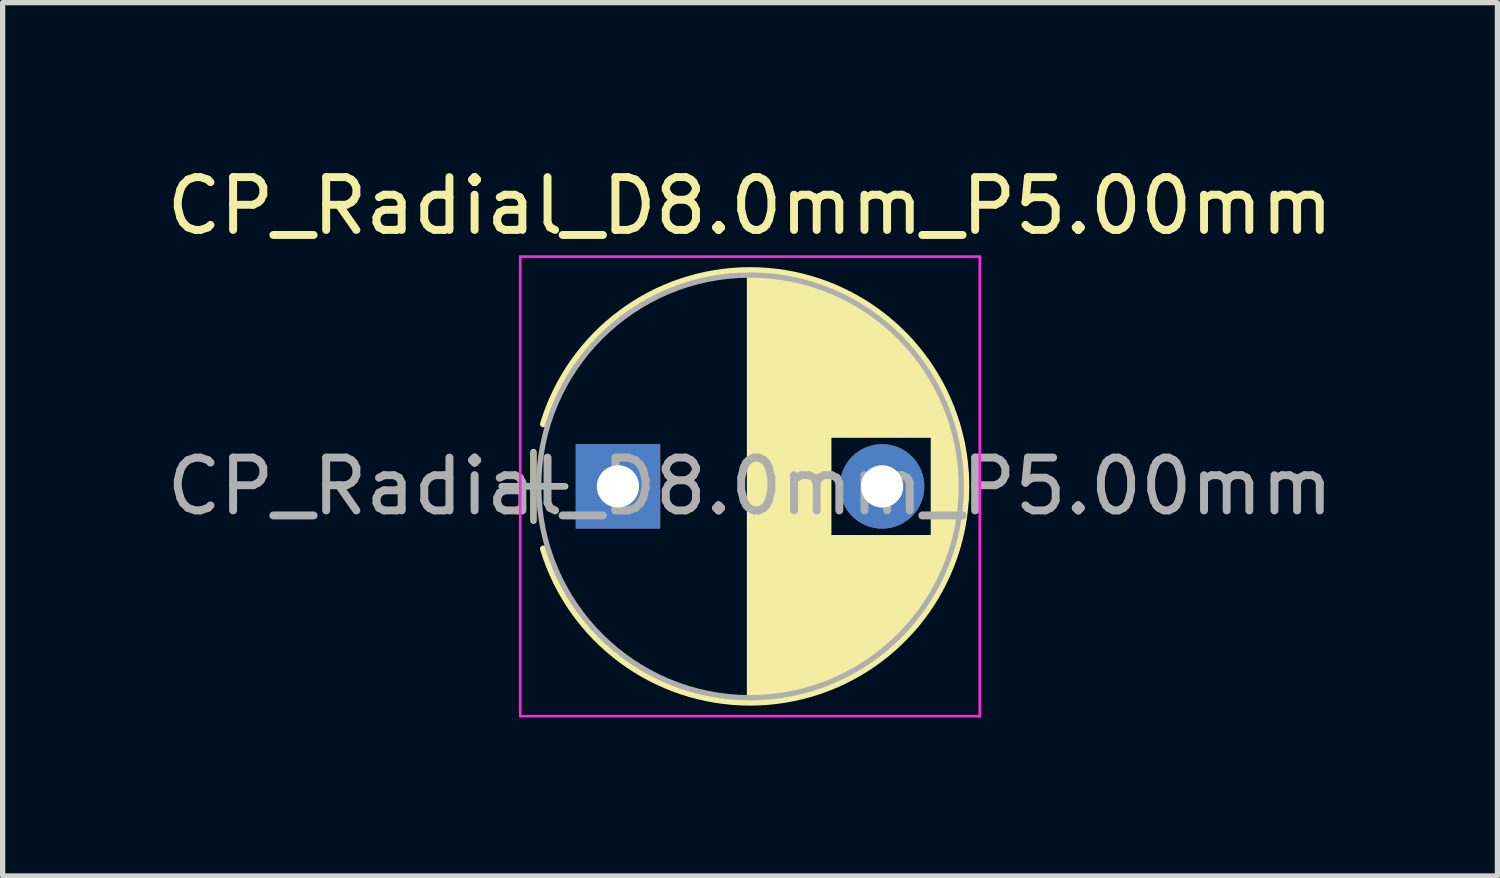
<source format=kicad_pcb>
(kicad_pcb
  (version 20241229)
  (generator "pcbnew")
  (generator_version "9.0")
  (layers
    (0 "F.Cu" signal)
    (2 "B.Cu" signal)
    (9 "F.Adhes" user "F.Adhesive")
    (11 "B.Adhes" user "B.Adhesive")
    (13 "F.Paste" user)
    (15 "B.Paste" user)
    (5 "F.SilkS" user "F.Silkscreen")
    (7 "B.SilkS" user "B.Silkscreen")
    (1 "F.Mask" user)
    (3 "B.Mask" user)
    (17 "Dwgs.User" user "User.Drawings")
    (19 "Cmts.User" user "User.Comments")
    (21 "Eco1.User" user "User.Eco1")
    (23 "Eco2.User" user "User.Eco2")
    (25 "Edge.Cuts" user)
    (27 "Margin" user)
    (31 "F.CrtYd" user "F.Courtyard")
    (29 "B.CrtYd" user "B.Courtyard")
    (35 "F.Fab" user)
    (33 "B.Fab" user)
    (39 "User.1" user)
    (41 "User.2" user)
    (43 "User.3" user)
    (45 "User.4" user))
  (footprint "CP_Radial_D8.0mm_P5.00mm"
    (layer "F.Cu")
    (at 8.649 6.158)
    (property "Reference" "CP_Radial_D8.0mm_P5.00mm" (at 2.5 -5.31 0) (layer "F.SilkS") (effects (font (size 1 1) (thickness 0.15))))
    (attr through_hole)
    (fp_line (start -2.2 0) (end -1 0) (stroke (width 0.12) (type solid)) (layer "F.SilkS"))
    (fp_line (start -1.6 -0.65) (end -1.6 0.65) (stroke (width 0.12) (type solid)) (layer "F.SilkS"))
    (fp_line (start 2.5 -4.05) (end 2.5 4.05) (stroke (width 0.12) (type solid)) (layer "F.SilkS"))
    (fp_line (start 2.54 -4.05) (end 2.54 4.05) (stroke (width 0.12) (type solid)) (layer "F.SilkS"))
    (fp_line (start 2.58 -4.05) (end 2.58 4.05) (stroke (width 0.12) (type solid)) (layer "F.SilkS"))
    (fp_line (start 2.62 -4.049) (end 2.62 4.049) (stroke (width 0.12) (type solid)) (layer "F.SilkS"))
    (fp_line (start 2.66 -4.047) (end 2.66 4.047) (stroke (width 0.12) (type solid)) (layer "F.SilkS"))
    (fp_line (start 2.7 -4.046) (end 2.7 4.046) (stroke (width 0.12) (type solid)) (layer "F.SilkS"))
    (fp_line (start 2.74 -4.043) (end 2.74 4.043) (stroke (width 0.12) (type solid)) (layer "F.SilkS"))
    (fp_line (start 2.78 -4.041) (end 2.78 4.041) (stroke (width 0.12) (type solid)) (layer "F.SilkS"))
    (fp_line (start 2.82 -4.038) (end 2.82 4.038) (stroke (width 0.12) (type solid)) (layer "F.SilkS"))
    (fp_line (start 2.86 -4.035) (end 2.86 4.035) (stroke (width 0.12) (type solid)) (layer "F.SilkS"))
    (fp_line (start 2.9 -4.031) (end 2.9 4.031) (stroke (width 0.12) (type solid)) (layer "F.SilkS"))
    (fp_line (start 2.94 -4.027) (end 2.94 4.027) (stroke (width 0.12) (type solid)) (layer "F.SilkS"))
    (fp_line (start 2.98 -4.022) (end 2.98 4.022) (stroke (width 0.12) (type solid)) (layer "F.SilkS"))
    (fp_line (start 3.02 -4.017) (end 3.02 4.017) (stroke (width 0.12) (type solid)) (layer "F.SilkS"))
    (fp_line (start 3.06 -4.012) (end 3.06 4.012) (stroke (width 0.12) (type solid)) (layer "F.SilkS"))
    (fp_line (start 3.1 -4.006) (end 3.1 4.006) (stroke (width 0.12) (type solid)) (layer "F.SilkS"))
    (fp_line (start 3.14 -4) (end 3.14 4) (stroke (width 0.12) (type solid)) (layer "F.SilkS"))
    (fp_line (start 3.18 -3.994) (end 3.18 3.994) (stroke (width 0.12) (type solid)) (layer "F.SilkS"))
    (fp_line (start 3.221 -3.987) (end 3.221 3.987) (stroke (width 0.12) (type solid)) (layer "F.SilkS"))
    (fp_line (start 3.261 -3.979) (end 3.261 3.979) (stroke (width 0.12) (type solid)) (layer "F.SilkS"))
    (fp_line (start 3.301 -3.971) (end 3.301 3.971) (stroke (width 0.12) (type solid)) (layer "F.SilkS"))
    (fp_line (start 3.341 -3.963) (end 3.341 3.963) (stroke (width 0.12) (type solid)) (layer "F.SilkS"))
    (fp_line (start 3.381 -3.955) (end 3.381 3.955) (stroke (width 0.12) (type solid)) (layer "F.SilkS"))
    (fp_line (start 3.421 -3.946) (end 3.421 3.946) (stroke (width 0.12) (type solid)) (layer "F.SilkS"))
    (fp_line (start 3.461 -3.936) (end 3.461 3.936) (stroke (width 0.12) (type solid)) (layer "F.SilkS"))
    (fp_line (start 3.501 -3.926) (end 3.501 3.926) (stroke (width 0.12) (type solid)) (layer "F.SilkS"))
    (fp_line (start 3.541 -3.916) (end 3.541 3.916) (stroke (width 0.12) (type solid)) (layer "F.SilkS"))
    (fp_line (start 3.581 -3.905) (end 3.581 3.905) (stroke (width 0.12) (type solid)) (layer "F.SilkS"))
    (fp_line (start 3.621 -3.894) (end 3.621 3.894) (stroke (width 0.12) (type solid)) (layer "F.SilkS"))
    (fp_line (start 3.661 -3.883) (end 3.661 3.883) (stroke (width 0.12) (type solid)) (layer "F.SilkS"))
    (fp_line (start 3.701 -3.87) (end 3.701 3.87) (stroke (width 0.12) (type solid)) (layer "F.SilkS"))
    (fp_line (start 3.741 -3.858) (end 3.741 3.858) (stroke (width 0.12) (type solid)) (layer "F.SilkS"))
    (fp_line (start 3.781 -3.845) (end 3.781 3.845) (stroke (width 0.12) (type solid)) (layer "F.SilkS"))
    (fp_line (start 3.821 -3.832) (end 3.821 3.832) (stroke (width 0.12) (type solid)) (layer "F.SilkS"))
    (fp_line (start 3.861 -3.818) (end 3.861 3.818) (stroke (width 0.12) (type solid)) (layer "F.SilkS"))
    (fp_line (start 3.901 -3.803) (end 3.901 3.803) (stroke (width 0.12) (type solid)) (layer "F.SilkS"))
    (fp_line (start 3.941 -3.789) (end 3.941 3.789) (stroke (width 0.12) (type solid)) (layer "F.SilkS"))
    (fp_line (start 3.981 -3.773) (end 3.981 3.773) (stroke (width 0.12) (type solid)) (layer "F.SilkS"))
    (fp_line (start 4.021 -3.758) (end 4.021 -0.98) (stroke (width 0.12) (type solid)) (layer "F.SilkS"))
    (fp_line (start 4.021 0.98) (end 4.021 3.758) (stroke (width 0.12) (type solid)) (layer "F.SilkS"))
    (fp_line (start 4.061 -3.741) (end 4.061 -0.98) (stroke (width 0.12) (type solid)) (layer "F.SilkS"))
    (fp_line (start 4.061 0.98) (end 4.061 3.741) (stroke (width 0.12) (type solid)) (layer "F.SilkS"))
    (fp_line (start 4.101 -3.725) (end 4.101 -0.98) (stroke (width 0.12) (type solid)) (layer "F.SilkS"))
    (fp_line (start 4.101 0.98) (end 4.101 3.725) (stroke (width 0.12) (type solid)) (layer "F.SilkS"))
    (fp_line (start 4.141 -3.707) (end 4.141 -0.98) (stroke (width 0.12) (type solid)) (layer "F.SilkS"))
    (fp_line (start 4.141 0.98) (end 4.141 3.707) (stroke (width 0.12) (type solid)) (layer "F.SilkS"))
    (fp_line (start 4.181 -3.69) (end 4.181 -0.98) (stroke (width 0.12) (type solid)) (layer "F.SilkS"))
    (fp_line (start 4.181 0.98) (end 4.181 3.69) (stroke (width 0.12) (type solid)) (layer "F.SilkS"))
    (fp_line (start 4.221 -3.671) (end 4.221 -0.98) (stroke (width 0.12) (type solid)) (layer "F.SilkS"))
    (fp_line (start 4.221 0.98) (end 4.221 3.671) (stroke (width 0.12) (type solid)) (layer "F.SilkS"))
    (fp_line (start 4.261 -3.652) (end 4.261 -0.98) (stroke (width 0.12) (type solid)) (layer "F.SilkS"))
    (fp_line (start 4.261 0.98) (end 4.261 3.652) (stroke (width 0.12) (type solid)) (layer "F.SilkS"))
    (fp_line (start 4.301 -3.633) (end 4.301 -0.98) (stroke (width 0.12) (type solid)) (layer "F.SilkS"))
    (fp_line (start 4.301 0.98) (end 4.301 3.633) (stroke (width 0.12) (type solid)) (layer "F.SilkS"))
    (fp_line (start 4.341 -3.613) (end 4.341 -0.98) (stroke (width 0.12) (type solid)) (layer "F.SilkS"))
    (fp_line (start 4.341 0.98) (end 4.341 3.613) (stroke (width 0.12) (type solid)) (layer "F.SilkS"))
    (fp_line (start 4.381 -3.593) (end 4.381 -0.98) (stroke (width 0.12) (type solid)) (layer "F.SilkS"))
    (fp_line (start 4.381 0.98) (end 4.381 3.593) (stroke (width 0.12) (type solid)) (layer "F.SilkS"))
    (fp_line (start 4.421 -3.572) (end 4.421 -0.98) (stroke (width 0.12) (type solid)) (layer "F.SilkS"))
    (fp_line (start 4.421 0.98) (end 4.421 3.572) (stroke (width 0.12) (type solid)) (layer "F.SilkS"))
    (fp_line (start 4.461 -3.55) (end 4.461 -0.98) (stroke (width 0.12) (type solid)) (layer "F.SilkS"))
    (fp_line (start 4.461 0.98) (end 4.461 3.55) (stroke (width 0.12) (type solid)) (layer "F.SilkS"))
    (fp_line (start 4.501 -3.528) (end 4.501 -0.98) (stroke (width 0.12) (type solid)) (layer "F.SilkS"))
    (fp_line (start 4.501 0.98) (end 4.501 3.528) (stroke (width 0.12) (type solid)) (layer "F.SilkS"))
    (fp_line (start 4.541 -3.505) (end 4.541 -0.98) (stroke (width 0.12) (type solid)) (layer "F.SilkS"))
    (fp_line (start 4.541 0.98) (end 4.541 3.505) (stroke (width 0.12) (type solid)) (layer "F.SilkS"))
    (fp_line (start 4.581 -3.482) (end 4.581 -0.98) (stroke (width 0.12) (type solid)) (layer "F.SilkS"))
    (fp_line (start 4.581 0.98) (end 4.581 3.482) (stroke (width 0.12) (type solid)) (layer "F.SilkS"))
    (fp_line (start 4.621 -3.458) (end 4.621 -0.98) (stroke (width 0.12) (type solid)) (layer "F.SilkS"))
    (fp_line (start 4.621 0.98) (end 4.621 3.458) (stroke (width 0.12) (type solid)) (layer "F.SilkS"))
    (fp_line (start 4.661 -3.434) (end 4.661 -0.98) (stroke (width 0.12) (type solid)) (layer "F.SilkS"))
    (fp_line (start 4.661 0.98) (end 4.661 3.434) (stroke (width 0.12) (type solid)) (layer "F.SilkS"))
    (fp_line (start 4.701 -3.408) (end 4.701 -0.98) (stroke (width 0.12) (type solid)) (layer "F.SilkS"))
    (fp_line (start 4.701 0.98) (end 4.701 3.408) (stroke (width 0.12) (type solid)) (layer "F.SilkS"))
    (fp_line (start 4.741 -3.383) (end 4.741 -0.98) (stroke (width 0.12) (type solid)) (layer "F.SilkS"))
    (fp_line (start 4.741 0.98) (end 4.741 3.383) (stroke (width 0.12) (type solid)) (layer "F.SilkS"))
    (fp_line (start 4.781 -3.356) (end 4.781 -0.98) (stroke (width 0.12) (type solid)) (layer "F.SilkS"))
    (fp_line (start 4.781 0.98) (end 4.781 3.356) (stroke (width 0.12) (type solid)) (layer "F.SilkS"))
    (fp_line (start 4.821 -3.329) (end 4.821 -0.98) (stroke (width 0.12) (type solid)) (layer "F.SilkS"))
    (fp_line (start 4.821 0.98) (end 4.821 3.329) (stroke (width 0.12) (type solid)) (layer "F.SilkS"))
    (fp_line (start 4.861 -3.301) (end 4.861 -0.98) (stroke (width 0.12) (type solid)) (layer "F.SilkS"))
    (fp_line (start 4.861 0.98) (end 4.861 3.301) (stroke (width 0.12) (type solid)) (layer "F.SilkS"))
    (fp_line (start 4.901 -3.272) (end 4.901 -0.98) (stroke (width 0.12) (type solid)) (layer "F.SilkS"))
    (fp_line (start 4.901 0.98) (end 4.901 3.272) (stroke (width 0.12) (type solid)) (layer "F.SilkS"))
    (fp_line (start 4.941 -3.243) (end 4.941 -0.98) (stroke (width 0.12) (type solid)) (layer "F.SilkS"))
    (fp_line (start 4.941 0.98) (end 4.941 3.243) (stroke (width 0.12) (type solid)) (layer "F.SilkS"))
    (fp_line (start 4.981 -3.213) (end 4.981 -0.98) (stroke (width 0.12) (type solid)) (layer "F.SilkS"))
    (fp_line (start 4.981 0.98) (end 4.981 3.213) (stroke (width 0.12) (type solid)) (layer "F.SilkS"))
    (fp_line (start 5.021 -3.182) (end 5.021 -0.98) (stroke (width 0.12) (type solid)) (layer "F.SilkS"))
    (fp_line (start 5.021 0.98) (end 5.021 3.182) (stroke (width 0.12) (type solid)) (layer "F.SilkS"))
    (fp_line (start 5.061 -3.15) (end 5.061 -0.98) (stroke (width 0.12) (type solid)) (layer "F.SilkS"))
    (fp_line (start 5.061 0.98) (end 5.061 3.15) (stroke (width 0.12) (type solid)) (layer "F.SilkS"))
    (fp_line (start 5.101 -3.118) (end 5.101 -0.98) (stroke (width 0.12) (type solid)) (layer "F.SilkS"))
    (fp_line (start 5.101 0.98) (end 5.101 3.118) (stroke (width 0.12) (type solid)) (layer "F.SilkS"))
    (fp_line (start 5.141 -3.084) (end 5.141 -0.98) (stroke (width 0.12) (type solid)) (layer "F.SilkS"))
    (fp_line (start 5.141 0.98) (end 5.141 3.084) (stroke (width 0.12) (type solid)) (layer "F.SilkS"))
    (fp_line (start 5.181 -3.05) (end 5.181 -0.98) (stroke (width 0.12) (type solid)) (layer "F.SilkS"))
    (fp_line (start 5.181 0.98) (end 5.181 3.05) (stroke (width 0.12) (type solid)) (layer "F.SilkS"))
    (fp_line (start 5.221 -3.015) (end 5.221 -0.98) (stroke (width 0.12) (type solid)) (layer "F.SilkS"))
    (fp_line (start 5.221 0.98) (end 5.221 3.015) (stroke (width 0.12) (type solid)) (layer "F.SilkS"))
    (fp_line (start 5.261 -2.979) (end 5.261 -0.98) (stroke (width 0.12) (type solid)) (layer "F.SilkS"))
    (fp_line (start 5.261 0.98) (end 5.261 2.979) (stroke (width 0.12) (type solid)) (layer "F.SilkS"))
    (fp_line (start 5.301 -2.942) (end 5.301 -0.98) (stroke (width 0.12) (type solid)) (layer "F.SilkS"))
    (fp_line (start 5.301 0.98) (end 5.301 2.942) (stroke (width 0.12) (type solid)) (layer "F.SilkS"))
    (fp_line (start 5.341 -2.904) (end 5.341 -0.98) (stroke (width 0.12) (type solid)) (layer "F.SilkS"))
    (fp_line (start 5.341 0.98) (end 5.341 2.904) (stroke (width 0.12) (type solid)) (layer "F.SilkS"))
    (fp_line (start 5.381 -2.865) (end 5.381 -0.98) (stroke (width 0.12) (type solid)) (layer "F.SilkS"))
    (fp_line (start 5.381 0.98) (end 5.381 2.865) (stroke (width 0.12) (type solid)) (layer "F.SilkS"))
    (fp_line (start 5.421 -2.824) (end 5.421 -0.98) (stroke (width 0.12) (type solid)) (layer "F.SilkS"))
    (fp_line (start 5.421 0.98) (end 5.421 2.824) (stroke (width 0.12) (type solid)) (layer "F.SilkS"))
    (fp_line (start 5.461 -2.783) (end 5.461 -0.98) (stroke (width 0.12) (type solid)) (layer "F.SilkS"))
    (fp_line (start 5.461 0.98) (end 5.461 2.783) (stroke (width 0.12) (type solid)) (layer "F.SilkS"))
    (fp_line (start 5.501 -2.74) (end 5.501 -0.98) (stroke (width 0.12) (type solid)) (layer "F.SilkS"))
    (fp_line (start 5.501 0.98) (end 5.501 2.74) (stroke (width 0.12) (type solid)) (layer "F.SilkS"))
    (fp_line (start 5.541 -2.697) (end 5.541 -0.98) (stroke (width 0.12) (type solid)) (layer "F.SilkS"))
    (fp_line (start 5.541 0.98) (end 5.541 2.697) (stroke (width 0.12) (type solid)) (layer "F.SilkS"))
    (fp_line (start 5.581 -2.652) (end 5.581 -0.98) (stroke (width 0.12) (type solid)) (layer "F.SilkS"))
    (fp_line (start 5.581 0.98) (end 5.581 2.652) (stroke (width 0.12) (type solid)) (layer "F.SilkS"))
    (fp_line (start 5.621 -2.605) (end 5.621 -0.98) (stroke (width 0.12) (type solid)) (layer "F.SilkS"))
    (fp_line (start 5.621 0.98) (end 5.621 2.605) (stroke (width 0.12) (type solid)) (layer "F.SilkS"))
    (fp_line (start 5.661 -2.557) (end 5.661 -0.98) (stroke (width 0.12) (type solid)) (layer "F.SilkS"))
    (fp_line (start 5.661 0.98) (end 5.661 2.557) (stroke (width 0.12) (type solid)) (layer "F.SilkS"))
    (fp_line (start 5.701 -2.508) (end 5.701 -0.98) (stroke (width 0.12) (type solid)) (layer "F.SilkS"))
    (fp_line (start 5.701 0.98) (end 5.701 2.508) (stroke (width 0.12) (type solid)) (layer "F.SilkS"))
    (fp_line (start 5.741 -2.457) (end 5.741 -0.98) (stroke (width 0.12) (type solid)) (layer "F.SilkS"))
    (fp_line (start 5.741 0.98) (end 5.741 2.457) (stroke (width 0.12) (type solid)) (layer "F.SilkS"))
    (fp_line (start 5.781 -2.404) (end 5.781 -0.98) (stroke (width 0.12) (type solid)) (layer "F.SilkS"))
    (fp_line (start 5.781 0.98) (end 5.781 2.404) (stroke (width 0.12) (type solid)) (layer "F.SilkS"))
    (fp_line (start 5.821 -2.349) (end 5.821 -0.98) (stroke (width 0.12) (type solid)) (layer "F.SilkS"))
    (fp_line (start 5.821 0.98) (end 5.821 2.349) (stroke (width 0.12) (type solid)) (layer "F.SilkS"))
    (fp_line (start 5.861 -2.293) (end 5.861 -0.98) (stroke (width 0.12) (type solid)) (layer "F.SilkS"))
    (fp_line (start 5.861 0.98) (end 5.861 2.293) (stroke (width 0.12) (type solid)) (layer "F.SilkS"))
    (fp_line (start 5.901 -2.234) (end 5.901 -0.98) (stroke (width 0.12) (type solid)) (layer "F.SilkS"))
    (fp_line (start 5.901 0.98) (end 5.901 2.234) (stroke (width 0.12) (type solid)) (layer "F.SilkS"))
    (fp_line (start 5.941 -2.173) (end 5.941 -0.98) (stroke (width 0.12) (type solid)) (layer "F.SilkS"))
    (fp_line (start 5.941 0.98) (end 5.941 2.173) (stroke (width 0.12) (type solid)) (layer "F.SilkS"))
    (fp_line (start 5.981 -2.109) (end 5.981 2.109) (stroke (width 0.12) (type solid)) (layer "F.SilkS"))
    (fp_line (start 6.021 -2.043) (end 6.021 2.043) (stroke (width 0.12) (type solid)) (layer "F.SilkS"))
    (fp_line (start 6.061 -1.974) (end 6.061 1.974) (stroke (width 0.12) (type solid)) (layer "F.SilkS"))
    (fp_line (start 6.101 -1.902) (end 6.101 1.902) (stroke (width 0.12) (type solid)) (layer "F.SilkS"))
    (fp_line (start 6.141 -1.826) (end 6.141 1.826) (stroke (width 0.12) (type solid)) (layer "F.SilkS"))
    (fp_line (start 6.181 -1.745) (end 6.181 1.745) (stroke (width 0.12) (type solid)) (layer "F.SilkS"))
    (fp_line (start 6.221 -1.66) (end 6.221 1.66) (stroke (width 0.12) (type solid)) (layer "F.SilkS"))
    (fp_line (start 6.261 -1.57) (end 6.261 1.57) (stroke (width 0.12) (type solid)) (layer "F.SilkS"))
    (fp_line (start 6.301 -1.473) (end 6.301 1.473) (stroke (width 0.12) (type solid)) (layer "F.SilkS"))
    (fp_line (start 6.341 -1.369) (end 6.341 1.369) (stroke (width 0.12) (type solid)) (layer "F.SilkS"))
    (fp_line (start 6.381 -1.254) (end 6.381 1.254) (stroke (width 0.12) (type solid)) (layer "F.SilkS"))
    (fp_line (start 6.421 -1.127) (end 6.421 1.127) (stroke (width 0.12) (type solid)) (layer "F.SilkS"))
    (fp_line (start 6.461 -0.983) (end 6.461 0.983) (stroke (width 0.12) (type solid)) (layer "F.SilkS"))
    (fp_line (start 6.501 -0.814) (end 6.501 0.814) (stroke (width 0.12) (type solid)) (layer "F.SilkS"))
    (fp_line (start 6.541 -0.598) (end 6.541 0.598) (stroke (width 0.12) (type solid)) (layer "F.SilkS"))
    (fp_line (start 6.581 -0.246) (end 6.581 0.246) (stroke (width 0.12) (type solid)) (layer "F.SilkS"))
    (fp_arc (start -1.416082 -1.18) (mid 2.501334 -4.09) (end 6.416851 -1.177445) (stroke (width 0.12) (type solid)) (layer "F.SilkS"))
    (fp_arc (start 6.416082 -1.18) (mid 6.59 -0.001334) (end 6.416851 1.177445) (stroke (width 0.12) (type solid)) (layer "F.SilkS"))
    (fp_arc (start 6.416851 1.177445) (mid 2.501334 4.09) (end -1.416082 1.18) (stroke (width 0.12) (type solid)) (layer "F.SilkS"))
    (fp_line (start -1.85 -4.35) (end -1.85 4.35) (stroke (width 0.05) (type solid)) (layer "F.CrtYd"))
    (fp_line (start -1.85 4.35) (end 6.85 4.35) (stroke (width 0.05) (type solid)) (layer "F.CrtYd"))
    (fp_line (start 6.85 -4.35) (end -1.85 -4.35) (stroke (width 0.05) (type solid)) (layer "F.CrtYd"))
    (fp_line (start 6.85 4.35) (end 6.85 -4.35) (stroke (width 0.05) (type solid)) (layer "F.CrtYd"))
    (fp_line (start -2.2 0) (end -1 0) (stroke (width 0.1) (type solid)) (layer "F.Fab"))
    (fp_line (start -1.6 -0.65) (end -1.6 0.65) (stroke (width 0.1) (type solid)) (layer "F.Fab"))
    (fp_circle (center 2.5 0) (end 6.5 0) (stroke (width 0.1) (type solid)) (fill no) (layer "F.Fab"))
    (fp_text user "${REFERENCE}" (at 2.5 0 0) (layer "F.Fab") (effects (font (size 1 1) (thickness 0.15))))
    (pad "1" thru_hole rect (at 0 0) (size 1.6 1.6) (drill 0.8) (layers "*.Cu" "*.Mask"))
    (pad "2" thru_hole circle (at 5 0) (size 1.6 1.6) (drill 0.8) (layers "*.Cu" "*.Mask")))
  (gr_rect
    (start -3 -3)
    (end 25.298 13.533)
    (stroke (width 0.1) (type default))
    (fill no)
    (layer "Edge.Cuts")))
</source>
